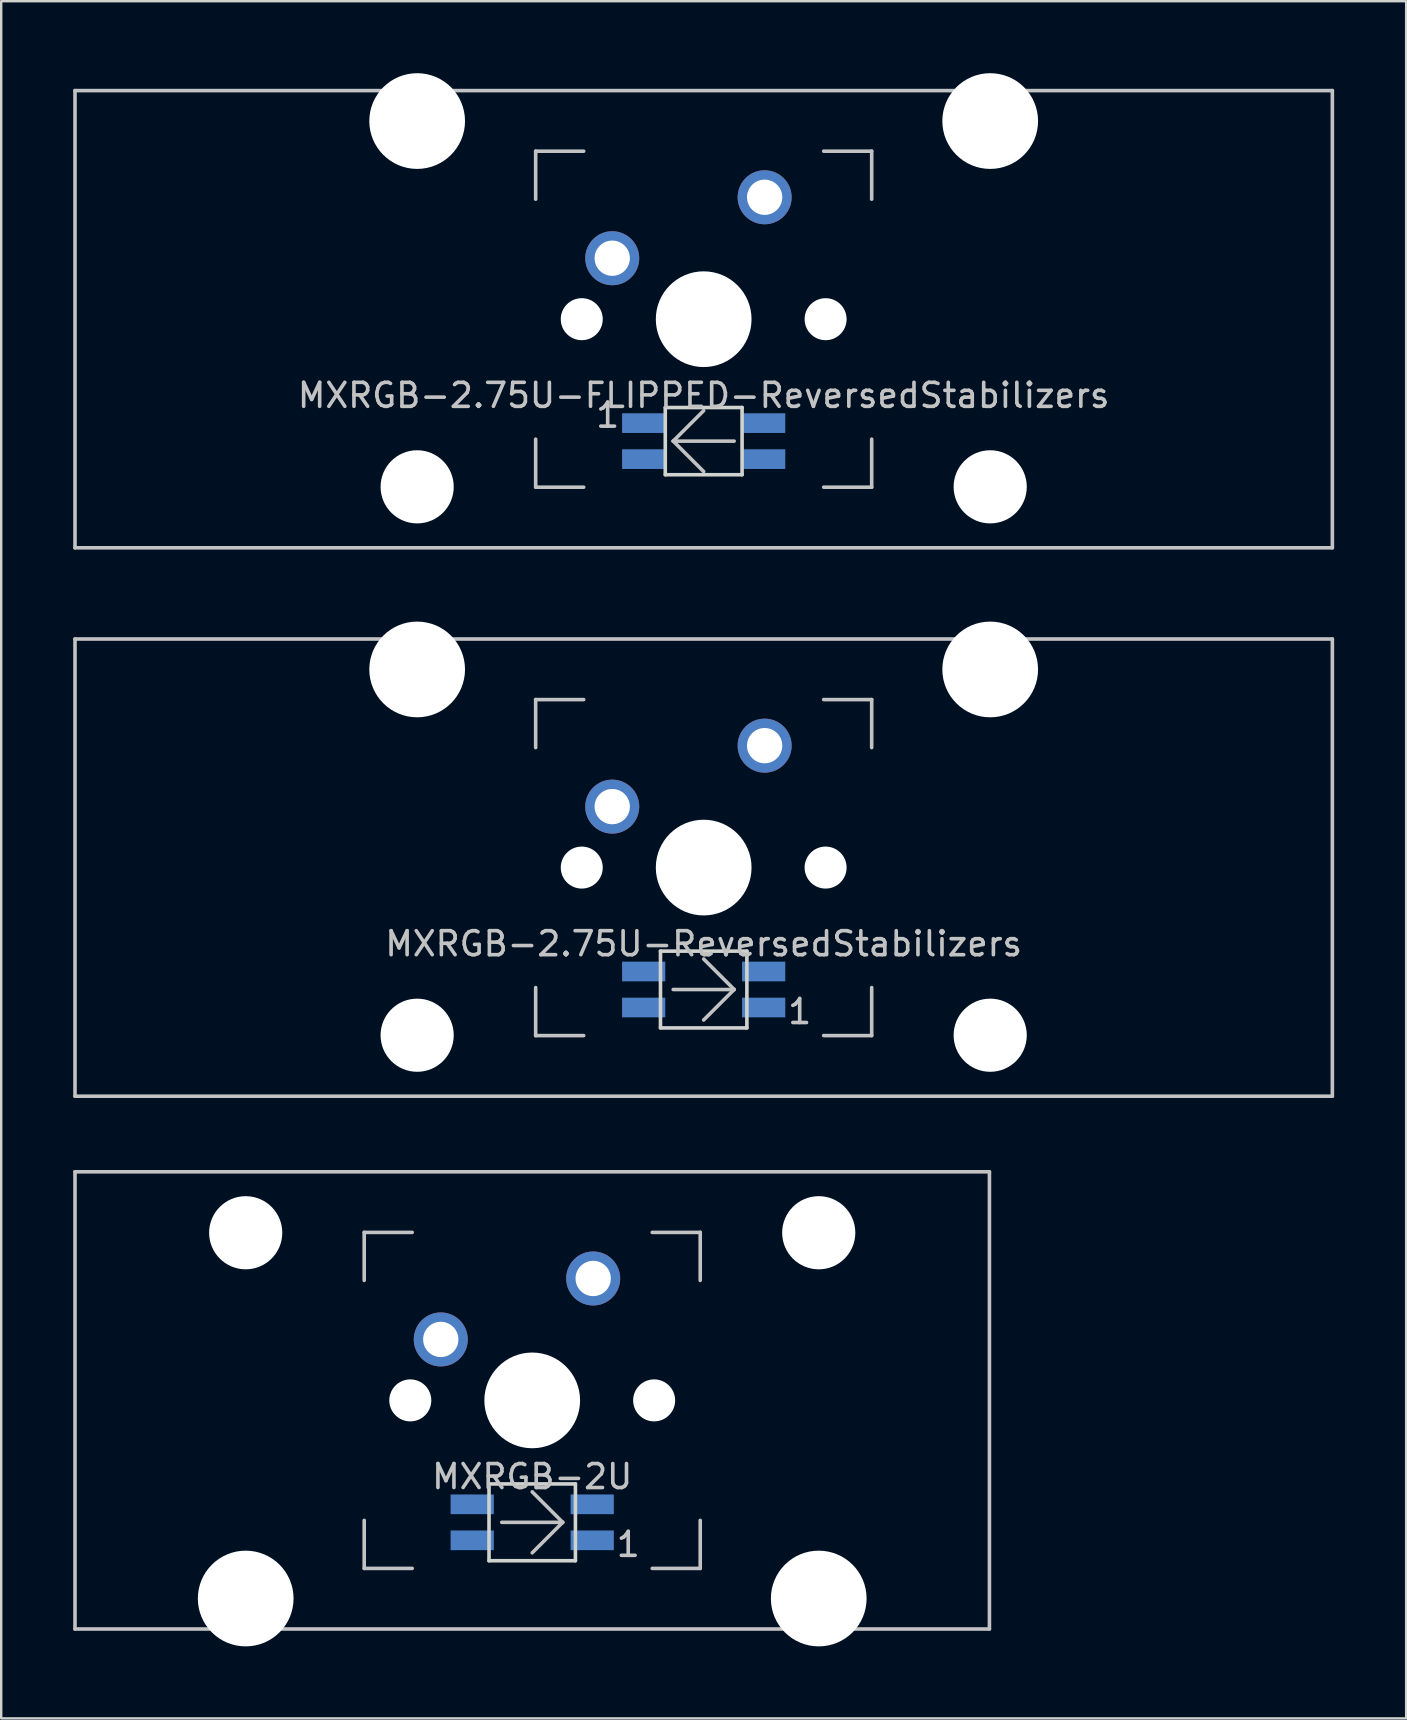
<source format=kicad_pcb>
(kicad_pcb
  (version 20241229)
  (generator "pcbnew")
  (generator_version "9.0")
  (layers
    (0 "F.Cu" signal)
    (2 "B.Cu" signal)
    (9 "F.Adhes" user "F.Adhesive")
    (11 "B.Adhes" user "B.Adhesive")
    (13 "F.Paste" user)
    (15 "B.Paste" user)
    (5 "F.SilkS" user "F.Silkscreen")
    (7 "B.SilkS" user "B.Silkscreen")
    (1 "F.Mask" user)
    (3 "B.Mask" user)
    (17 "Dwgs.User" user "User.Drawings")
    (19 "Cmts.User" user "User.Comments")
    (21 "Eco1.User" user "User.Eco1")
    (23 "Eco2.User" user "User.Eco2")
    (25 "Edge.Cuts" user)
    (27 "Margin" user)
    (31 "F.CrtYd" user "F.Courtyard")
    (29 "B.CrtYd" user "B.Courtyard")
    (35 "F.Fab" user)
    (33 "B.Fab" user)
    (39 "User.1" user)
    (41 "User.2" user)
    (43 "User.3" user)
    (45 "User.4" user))
  (footprint "MXRGB-2.75U-ReversedStabilizers"
    (layer "F.Cu")
    (at 26.269 33.098)
    (property "Reference" "MXRGB-2.75U-ReversedStabilizers" (at 0 3.175 0) (layer "Dwgs.User") (effects (font (size 1 1) (thickness 0.15))))
    (attr through_hole)
    (fp_line (start -26.194 -9.525) (end 26.194 -9.525) (stroke (width 0.15) (type solid)) (layer "Dwgs.User"))
    (fp_line (start -26.194 9.525) (end -26.194 -9.525) (stroke (width 0.15) (type solid)) (layer "Dwgs.User"))
    (fp_line (start -26.194 9.525) (end 26.194 9.525) (stroke (width 0.15) (type solid)) (layer "Dwgs.User"))
    (fp_line (start -7 -7) (end -7 -5) (stroke (width 0.15) (type solid)) (layer "Dwgs.User"))
    (fp_line (start -7 5) (end -7 7) (stroke (width 0.15) (type solid)) (layer "Dwgs.User"))
    (fp_line (start -7 7) (end -5 7) (stroke (width 0.15) (type solid)) (layer "Dwgs.User"))
    (fp_line (start -5 -7) (end -7 -7) (stroke (width 0.15) (type solid)) (layer "Dwgs.User"))
    (fp_line (start -1.27 5.08) (end 1.27 5.08) (stroke (width 0.15) (type solid)) (layer "Dwgs.User"))
    (fp_line (start 1.27 5.08) (end 0 3.81) (stroke (width 0.15) (type solid)) (layer "Dwgs.User"))
    (fp_line (start 1.27 5.08) (end 0 6.35) (stroke (width 0.15) (type solid)) (layer "Dwgs.User"))
    (fp_line (start 5 -7) (end 7 -7) (stroke (width 0.15) (type solid)) (layer "Dwgs.User"))
    (fp_line (start 5 7) (end 7 7) (stroke (width 0.15) (type solid)) (layer "Dwgs.User"))
    (fp_line (start 7 -7) (end 7 -5) (stroke (width 0.15) (type solid)) (layer "Dwgs.User"))
    (fp_line (start 7 7) (end 7 5) (stroke (width 0.15) (type solid)) (layer "Dwgs.User"))
    (fp_line (start 26.194 -9.525) (end 26.194 9.525) (stroke (width 0.15) (type solid)) (layer "Dwgs.User"))
    (fp_line (start -1.8 3.48) (end -1.8 6.68) (stroke (width 0.15) (type solid)) (layer "Edge.Cuts"))
    (fp_line (start -1.8 3.48) (end 1.8 3.48) (stroke (width 0.15) (type solid)) (layer "Edge.Cuts"))
    (fp_line (start 1.8 3.48) (end 1.8 6.68) (stroke (width 0.15) (type solid)) (layer "Edge.Cuts"))
    (fp_line (start 1.8 6.68) (end -1.8 6.68) (stroke (width 0.15) (type solid)) (layer "Edge.Cuts"))
    (fp_text user "1" (at 4 6 0) (layer "Dwgs.User") (effects (font (size 1 1) (thickness 0.15))))
    (pad "" np_thru_hole circle (at -11.938 -8.255) (size 3.988 3.988) (drill 3.988) (layers "*.Cu" "*.Mask"))
    (pad "" np_thru_hole circle (at -11.938 6.985) (size 3.048 3.048) (drill 3.048) (layers "*.Cu" "*.Mask"))
    (pad "" np_thru_hole circle (at -5.08 0 48.1) (size 1.75 1.75) (drill 1.75) (layers "*.Cu" "*.Mask"))
    (pad "" np_thru_hole circle (at 0 0) (size 3.988 3.988) (drill 3.988) (layers "*.Cu" "*.Mask"))
    (pad "" np_thru_hole circle (at 5.08 0 48.1) (size 1.75 1.75) (drill 1.75) (layers "*.Cu" "*.Mask"))
    (pad "" np_thru_hole circle (at 11.938 -8.255) (size 3.988 3.988) (drill 3.988) (layers "*.Cu" "*.Mask"))
    (pad "" np_thru_hole circle (at 11.938 6.985) (size 3.048 3.048) (drill 3.048) (layers "*.Cu" "*.Mask"))
    (pad "1" thru_hole circle (at -3.81 -2.54) (size 2.25 2.25) (drill 1.47) (layers "*.Cu" "B.Mask"))
    (pad "2" thru_hole circle (at 2.54 -5.08) (size 2.25 2.25) (drill 1.47) (layers "*.Cu" "B.Mask"))
    (pad "3" smd rect (at 2.5 5.83) (size 1.8 0.82) (layers "B.Cu" "B.Mask" "B.Paste"))
    (pad "4" smd rect (at 2.5 4.33) (size 1.8 0.82) (layers "B.Cu" "B.Mask" "B.Paste"))
    (pad "5" smd rect (at -2.5 4.33) (size 1.8 0.82) (layers "B.Cu" "B.Mask" "B.Paste"))
    (pad "6" smd rect (at -2.5 5.83) (size 1.8 0.82) (layers "B.Cu" "B.Mask" "B.Paste")))
  (footprint "MXRGB-2U"
    (layer "F.Cu")
    (at 19.125 55.298)
    (property "Reference" "MXRGB-2U" (at 0 3.175 0) (layer "Dwgs.User") (effects (font (size 1 1) (thickness 0.15))))
    (attr through_hole)
    (fp_line (start -19.05 -9.525) (end 19.05 -9.525) (stroke (width 0.15) (type solid)) (layer "Dwgs.User"))
    (fp_line (start -19.05 9.525) (end -19.05 -9.525) (stroke (width 0.15) (type solid)) (layer "Dwgs.User"))
    (fp_line (start -19.05 9.525) (end 19.05 9.525) (stroke (width 0.15) (type solid)) (layer "Dwgs.User"))
    (fp_line (start -7 -7) (end -7 -5) (stroke (width 0.15) (type solid)) (layer "Dwgs.User"))
    (fp_line (start -7 5) (end -7 7) (stroke (width 0.15) (type solid)) (layer "Dwgs.User"))
    (fp_line (start -7 7) (end -5 7) (stroke (width 0.15) (type solid)) (layer "Dwgs.User"))
    (fp_line (start -5 -7) (end -7 -7) (stroke (width 0.15) (type solid)) (layer "Dwgs.User"))
    (fp_line (start -1.27 5.08) (end 1.27 5.08) (stroke (width 0.15) (type solid)) (layer "Dwgs.User"))
    (fp_line (start 1.27 5.08) (end 0 3.81) (stroke (width 0.15) (type solid)) (layer "Dwgs.User"))
    (fp_line (start 1.27 5.08) (end 0 6.35) (stroke (width 0.15) (type solid)) (layer "Dwgs.User"))
    (fp_line (start 5 -7) (end 7 -7) (stroke (width 0.15) (type solid)) (layer "Dwgs.User"))
    (fp_line (start 5 7) (end 7 7) (stroke (width 0.15) (type solid)) (layer "Dwgs.User"))
    (fp_line (start 7 -7) (end 7 -5) (stroke (width 0.15) (type solid)) (layer "Dwgs.User"))
    (fp_line (start 7 7) (end 7 5) (stroke (width 0.15) (type solid)) (layer "Dwgs.User"))
    (fp_line (start 19.05 -9.525) (end 19.05 9.525) (stroke (width 0.15) (type solid)) (layer "Dwgs.User"))
    (fp_line (start -1.8 3.48) (end -1.8 6.68) (stroke (width 0.15) (type solid)) (layer "Edge.Cuts"))
    (fp_line (start -1.8 3.48) (end 1.8 3.48) (stroke (width 0.15) (type solid)) (layer "Edge.Cuts"))
    (fp_line (start 1.8 3.48) (end 1.8 6.68) (stroke (width 0.15) (type solid)) (layer "Edge.Cuts"))
    (fp_line (start 1.8 6.68) (end -1.8 6.68) (stroke (width 0.15) (type solid)) (layer "Edge.Cuts"))
    (fp_text user "1" (at 4 6 0) (layer "Dwgs.User") (effects (font (size 1 1) (thickness 0.15))))
    (pad "" np_thru_hole circle (at -11.938 -6.985) (size 3.048 3.048) (drill 3.048) (layers "*.Cu" "*.Mask"))
    (pad "" np_thru_hole circle (at -11.938 8.255) (size 3.988 3.988) (drill 3.988) (layers "*.Cu" "*.Mask"))
    (pad "" np_thru_hole circle (at -5.08 0 48.1) (size 1.75 1.75) (drill 1.75) (layers "*.Cu" "*.Mask"))
    (pad "" np_thru_hole circle (at 0 0) (size 3.988 3.988) (drill 3.988) (layers "*.Cu" "*.Mask"))
    (pad "" np_thru_hole circle (at 5.08 0 48.1) (size 1.75 1.75) (drill 1.75) (layers "*.Cu" "*.Mask"))
    (pad "" np_thru_hole circle (at 11.938 -6.985) (size 3.048 3.048) (drill 3.048) (layers "*.Cu" "*.Mask"))
    (pad "" np_thru_hole circle (at 11.938 8.255) (size 3.988 3.988) (drill 3.988) (layers "*.Cu" "*.Mask"))
    (pad "1" thru_hole circle (at -3.81 -2.54) (size 2.25 2.25) (drill 1.47) (layers "*.Cu" "B.Mask"))
    (pad "2" thru_hole circle (at 2.54 -5.08) (size 2.25 2.25) (drill 1.47) (layers "*.Cu" "B.Mask"))
    (pad "3" smd rect (at 2.5 5.83) (size 1.8 0.82) (layers "B.Cu" "B.Mask" "B.Paste"))
    (pad "4" smd rect (at 2.5 4.33) (size 1.8 0.82) (layers "B.Cu" "B.Mask" "B.Paste"))
    (pad "5" smd rect (at -2.5 4.33) (size 1.8 0.82) (layers "B.Cu" "B.Mask" "B.Paste"))
    (pad "6" smd rect (at -2.5 5.83) (size 1.8 0.82) (layers "B.Cu" "B.Mask" "B.Paste")))
  (footprint "MXRGB-2.75U-FLIPPED-ReversedStabilizers"
    (layer "F.Cu")
    (at 26.269 10.249)
    (property "Reference" "MXRGB-2.75U-FLIPPED-ReversedStabilizers" (at 0 3.175 0) (layer "Dwgs.User") (effects (font (size 1 1) (thickness 0.15))))
    (attr through_hole)
    (fp_line (start -26.194 -9.525) (end 26.194 -9.525) (stroke (width 0.15) (type solid)) (layer "Dwgs.User"))
    (fp_line (start -26.194 9.525) (end -26.194 -9.525) (stroke (width 0.15) (type solid)) (layer "Dwgs.User"))
    (fp_line (start -26.194 9.525) (end 26.194 9.525) (stroke (width 0.15) (type solid)) (layer "Dwgs.User"))
    (fp_line (start -7 -7) (end -7 -5) (stroke (width 0.15) (type solid)) (layer "Dwgs.User"))
    (fp_line (start -7 5) (end -7 7) (stroke (width 0.15) (type solid)) (layer "Dwgs.User"))
    (fp_line (start -7 7) (end -5 7) (stroke (width 0.15) (type solid)) (layer "Dwgs.User"))
    (fp_line (start -5 -7) (end -7 -7) (stroke (width 0.15) (type solid)) (layer "Dwgs.User"))
    (fp_line (start -1.27 5.08) (end 0 3.81) (stroke (width 0.15) (type solid)) (layer "Dwgs.User"))
    (fp_line (start -1.27 5.08) (end 0 6.35) (stroke (width 0.15) (type solid)) (layer "Dwgs.User"))
    (fp_line (start -1.27 5.08) (end 1.27 5.08) (stroke (width 0.15) (type solid)) (layer "Dwgs.User"))
    (fp_line (start 5 -7) (end 7 -7) (stroke (width 0.15) (type solid)) (layer "Dwgs.User"))
    (fp_line (start 5 7) (end 7 7) (stroke (width 0.15) (type solid)) (layer "Dwgs.User"))
    (fp_line (start 7 -7) (end 7 -5) (stroke (width 0.15) (type solid)) (layer "Dwgs.User"))
    (fp_line (start 7 7) (end 7 5) (stroke (width 0.15) (type solid)) (layer "Dwgs.User"))
    (fp_line (start 26.194 -9.525) (end 26.194 9.525) (stroke (width 0.15) (type solid)) (layer "Dwgs.User"))
    (fp_line (start -1.6 3.68) (end -1.6 6.48) (stroke (width 0.15) (type solid)) (layer "Edge.Cuts"))
    (fp_line (start -1.6 3.68) (end 1.6 3.68) (stroke (width 0.15) (type solid)) (layer "Edge.Cuts"))
    (fp_line (start 1.6 3.68) (end 1.6 6.48) (stroke (width 0.15) (type solid)) (layer "Edge.Cuts"))
    (fp_line (start 1.6 6.48) (end -1.6 6.48) (stroke (width 0.15) (type solid)) (layer "Edge.Cuts"))
    (fp_text user "1" (at -4 4 0) (layer "Dwgs.User") (effects (font (size 1 1) (thickness 0.15))))
    (pad "" np_thru_hole circle (at -11.938 -8.255) (size 3.988 3.988) (drill 3.988) (layers "*.Cu" "*.Mask"))
    (pad "" np_thru_hole circle (at -11.938 6.985) (size 3.048 3.048) (drill 3.048) (layers "*.Cu" "*.Mask"))
    (pad "" np_thru_hole circle (at -5.08 0 48.1) (size 1.75 1.75) (drill 1.75) (layers "*.Cu" "*.Mask"))
    (pad "" np_thru_hole circle (at 0 0) (size 3.988 3.988) (drill 3.988) (layers "*.Cu" "*.Mask"))
    (pad "" np_thru_hole circle (at 5.08 0 48.1) (size 1.75 1.75) (drill 1.75) (layers "*.Cu" "*.Mask"))
    (pad "" np_thru_hole circle (at 11.938 -8.255) (size 3.988 3.988) (drill 3.988) (layers "*.Cu" "*.Mask"))
    (pad "" np_thru_hole circle (at 11.938 6.985) (size 3.048 3.048) (drill 3.048) (layers "*.Cu" "*.Mask"))
    (pad "1" thru_hole circle (at -3.81 -2.54) (size 2.25 2.25) (drill 1.47) (layers "*.Cu" "B.Mask"))
    (pad "2" thru_hole circle (at 2.54 -5.08) (size 2.25 2.25) (drill 1.47) (layers "*.Cu" "B.Mask"))
    (pad "3" smd rect (at -2.5 4.33) (size 1.8 0.82) (layers "B.Cu" "B.Mask" "B.Paste"))
    (pad "4" smd rect (at -2.5 5.83) (size 1.8 0.82) (layers "B.Cu" "B.Mask" "B.Paste"))
    (pad "5" smd rect (at 2.5 5.83) (size 1.8 0.82) (layers "B.Cu" "B.Mask" "B.Paste"))
    (pad "6" smd rect (at 2.5 4.33) (size 1.8 0.82) (layers "B.Cu" "B.Mask" "B.Paste")))
  (gr_rect
    (start -3 -3)
    (end 55.538 68.547)
    (stroke (width 0.1) (type default))
    (fill no)
    (layer "Edge.Cuts")))
</source>
